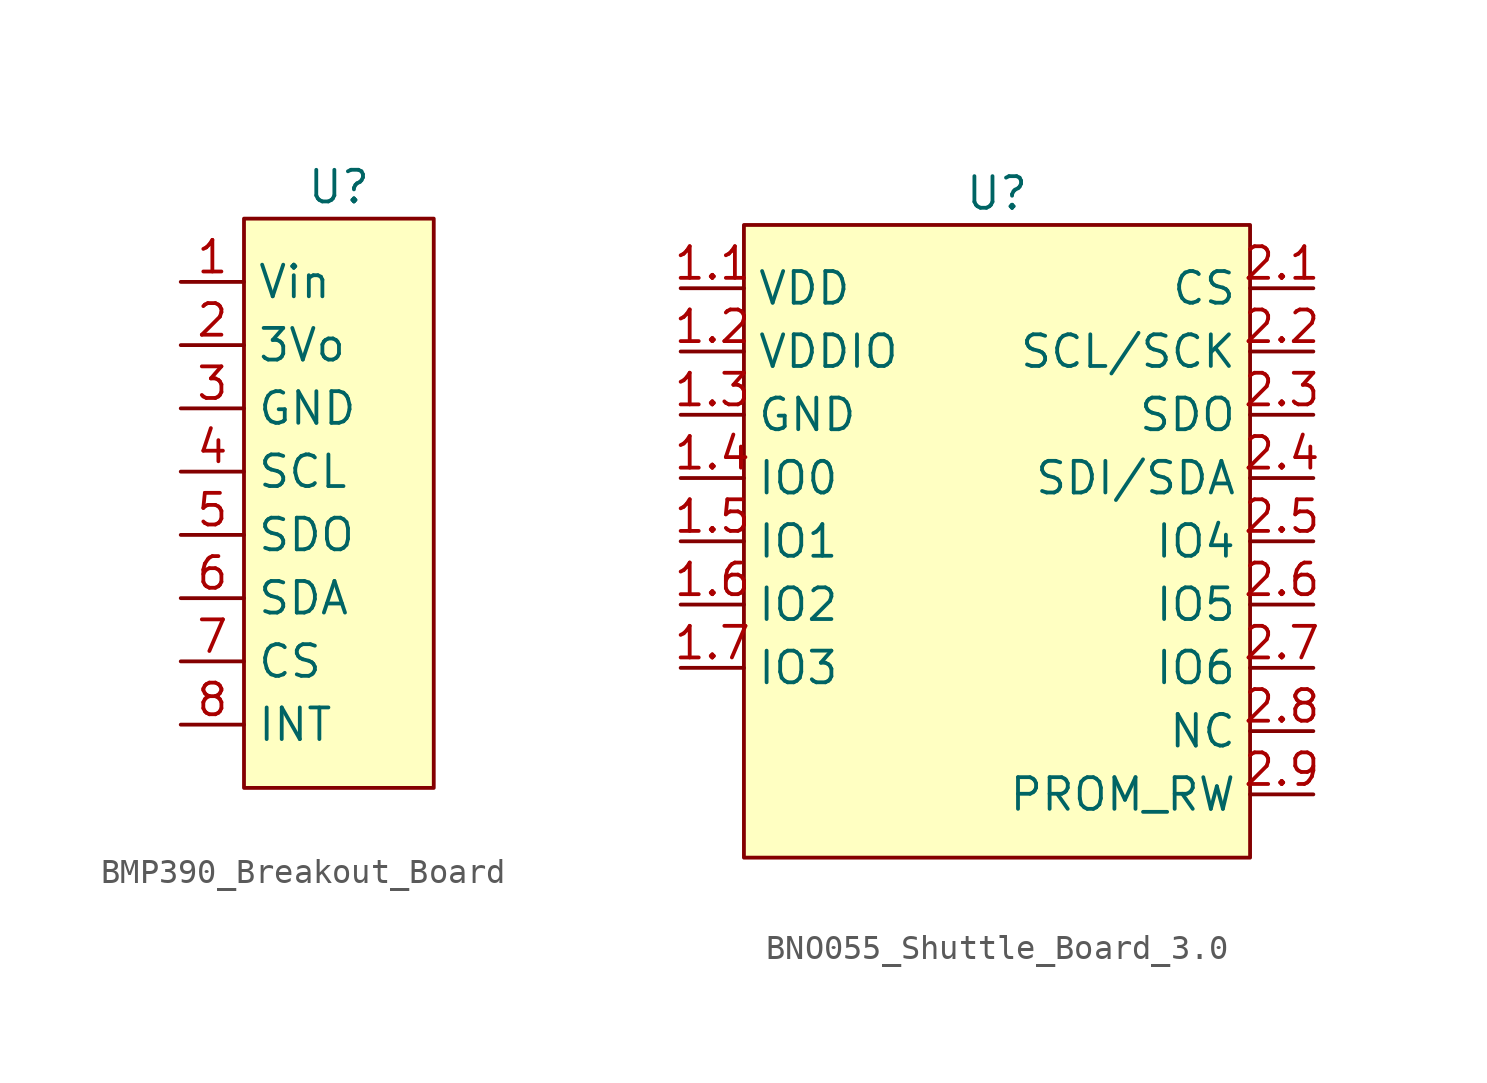
<source format=kicad_sym>
(kicad_symbol_lib
  (version 20231120)
  (generator "kicad_symbol_editor")
  (generator_version "8.0")
  (symbol "BMP390_Breakout_Board"
    (property "Reference" "U"
      (at 0 0 0)
      (effects (font (size 1.27 1.27))))
    (property "Value" ""
      (at 0 0 0)
      (effects (font (size 1.27 1.27))))
    (symbol "BMP390_Breakout_Board_1_1"
      (rectangle (start -3.81 -1.27) (end 3.81 -24.13) (stroke (width 0) (type default)) (fill (type background)))
      (pin input line (at -6.35 -3.81 0) (length 2.54) (name "Vin" (effects (font (size 1.27 1.27)))) (number "1" (effects (font (size 1.27 1.27)))))
      (pin input line (at -6.35 -6.35 0) (length 2.54) (name "3Vo" (effects (font (size 1.27 1.27)))) (number "2" (effects (font (size 1.27 1.27)))))
      (pin input line (at -6.35 -8.89 0) (length 2.54) (name "GND" (effects (font (size 1.27 1.27)))) (number "3" (effects (font (size 1.27 1.27)))))
      (pin input line (at -6.35 -11.43 0) (length 2.54) (name "SCL" (effects (font (size 1.27 1.27)))) (number "4" (effects (font (size 1.27 1.27)))))
      (pin input line (at -6.35 -13.97 0) (length 2.54) (name "SDO" (effects (font (size 1.27 1.27)))) (number "5" (effects (font (size 1.27 1.27)))))
      (pin input line (at -6.35 -16.51 0) (length 2.54) (name "SDA" (effects (font (size 1.27 1.27)))) (number "6" (effects (font (size 1.27 1.27)))))
      (pin input line (at -6.35 -19.05 0) (length 2.54) (name "CS" (effects (font (size 1.27 1.27)))) (number "7" (effects (font (size 1.27 1.27)))))
      (pin input line (at -6.35 -21.59 0) (length 2.54) (name "INT" (effects (font (size 1.27 1.27)))) (number "8" (effects (font (size 1.27 1.27)))))))
  (symbol "BNO055_Shuttle_Board_3.0"
    (property "Reference" "U"
      (at 0 0 0)
      (effects (font (size 1.27 1.27))))
    (property "Value" ""
      (at 0 0 0)
      (effects (font (size 1.27 1.27))))
    (symbol "BNO055_Shuttle_Board_3.0_1_1"
      (rectangle (start -10.16 -1.27) (end 10.16 -26.67) (stroke (width 0) (type default)) (fill (type background)))
      (pin input line (at -12.7 -3.81 0) (length 2.54) (name "VDD" (effects (font (size 1.27 1.27)))) (number "1.1" (effects (font (size 1.27 1.27)))))
      (pin input line (at -12.7 -6.35 0) (length 2.54) (name "VDDIO" (effects (font (size 1.27 1.27)))) (number "1.2" (effects (font (size 1.27 1.27)))))
      (pin input line (at -12.7 -8.89 0) (length 2.54) (name "GND" (effects (font (size 1.27 1.27)))) (number "1.3" (effects (font (size 1.27 1.27)))))
      (pin bidirectional line (at -12.7 -11.43 0) (length 2.54) (name "IO0" (effects (font (size 1.27 1.27)))) (number "1.4" (effects (font (size 1.27 1.27)))))
      (pin bidirectional line (at -12.7 -13.97 0) (length 2.54) (name "IO1" (effects (font (size 1.27 1.27)))) (number "1.5" (effects (font (size 1.27 1.27)))))
      (pin bidirectional line (at -12.7 -16.51 0) (length 2.54) (name "IO2" (effects (font (size 1.27 1.27)))) (number "1.6" (effects (font (size 1.27 1.27)))))
      (pin bidirectional line (at -12.7 -19.05 0) (length 2.54) (name "IO3" (effects (font (size 1.27 1.27)))) (number "1.7" (effects (font (size 1.27 1.27)))))
      (pin bidirectional line (at 12.7 -3.81 180) (length 2.54) (name "CS" (effects (font (size 1.27 1.27)))) (number "2.1" (effects (font (size 1.27 1.27)))))
      (pin input line (at 12.7 -6.35 180) (length 2.54) (name "SCL/SCK" (effects (font (size 1.27 1.27)))) (number "2.2" (effects (font (size 1.27 1.27)))))
      (pin output line (at 12.7 -8.89 180) (length 2.54) (name "SDO" (effects (font (size 1.27 1.27)))) (number "2.3" (effects (font (size 1.27 1.27)))))
      (pin input line (at 12.7 -11.43 180) (length 2.54) (name "SDI/SDA" (effects (font (size 1.27 1.27)))) (number "2.4" (effects (font (size 1.27 1.27)))))
      (pin input line (at 12.7 -13.97 180) (length 2.54) (name "IO4" (effects (font (size 1.27 1.27)))) (number "2.5" (effects (font (size 1.27 1.27)))))
      (pin input line (at 12.7 -16.51 180) (length 2.54) (name "IO5" (effects (font (size 1.27 1.27)))) (number "2.6" (effects (font (size 1.27 1.27)))))
      (pin input line (at 12.7 -19.05 180) (length 2.54) (name "IO6" (effects (font (size 1.27 1.27)))) (number "2.7" (effects (font (size 1.27 1.27)))))
      (pin input line (at 12.7 -21.59 180) (length 2.54) (name "NC" (effects (font (size 1.27 1.27)))) (number "2.8" (effects (font (size 1.27 1.27)))))
      (pin input line (at 12.7 -24.13 180) (length 2.54) (name "PROM_RW" (effects (font (size 1.27 1.27)))) (number "2.9" (effects (font (size 1.27 1.27))))))))
</source>
